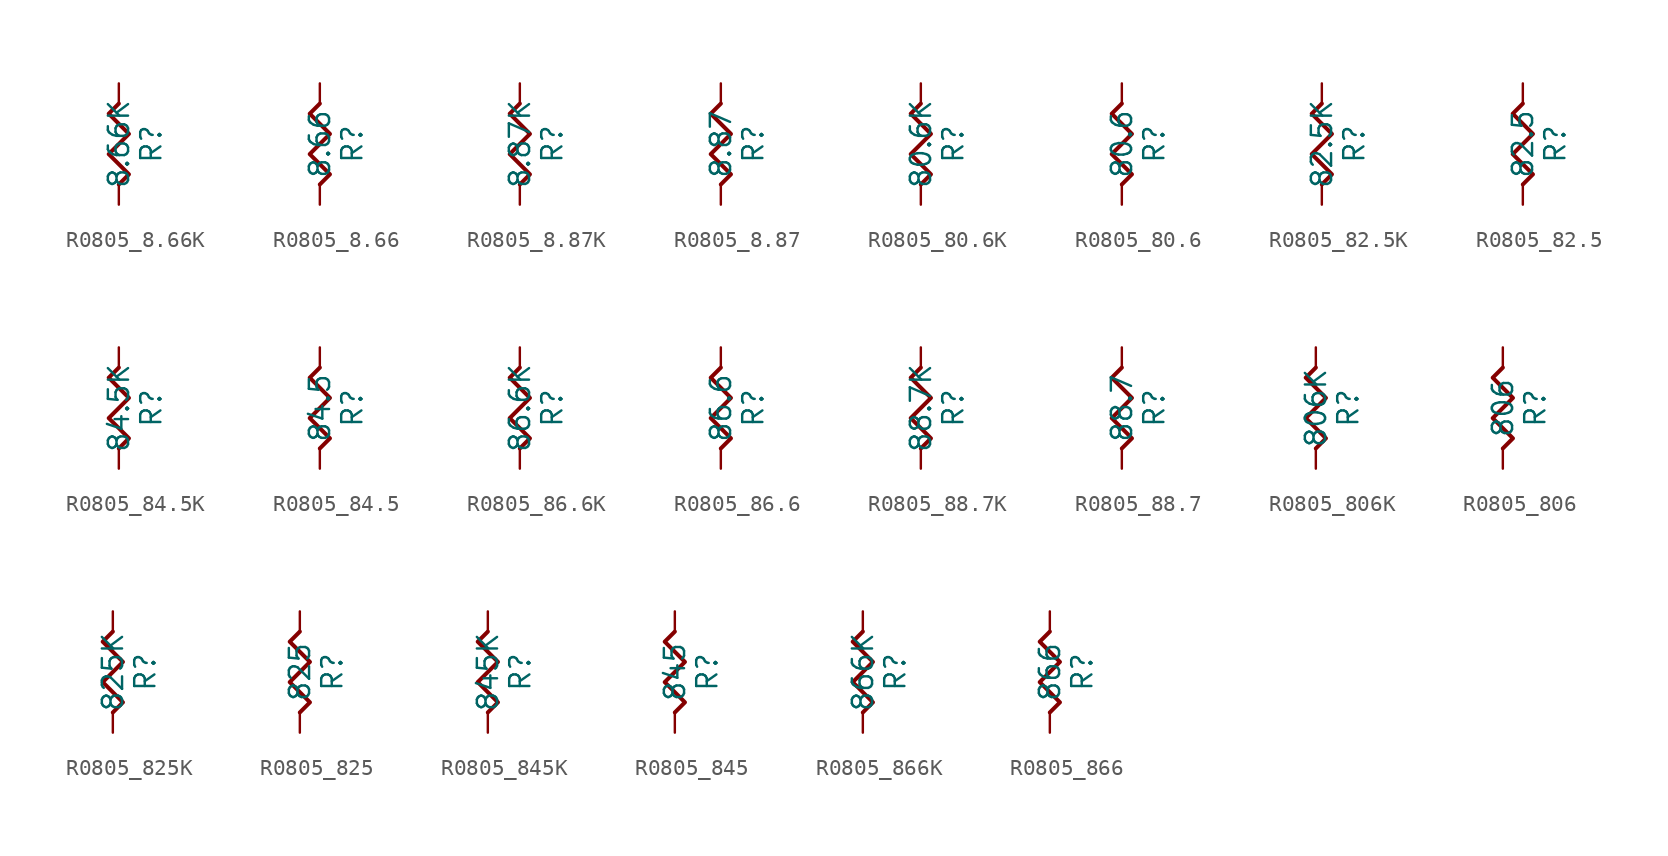
<source format=kicad_sym>
(kicad_symbol_lib
  (version 20211014)
  (generator atlantix-eda)
  (symbol "R0805_8.66K"
    (pin_numbers hide)
    (pin_names
      (offset 0))
    (property "Reference" "R"
      (at 2.032 0 90)
      (effects (font (size 1.27 1.27))))
    (property "Value" "8.66K"
      (at 0 0 90)
      (effects (font (size 1.27 1.27))))
    (symbol "R0805_8.66K_0_1"
      (polyline (pts (xy 0 -2.54) (xy 0.635 -1.905) (xy -0.635 -0.635) (xy 0.635 0.635) (xy -0.635 1.905) (xy 0 2.54)) (stroke (width 0.254) (type default) (color 0 0 0 0)) (fill (type none))))
    (symbol "R0805_8.66K_1_1"
      (pin passive line (at 0 3.81 270) (length 1.27) (name "~" (effects (font (size 1.27 1.27)))) (number "1" (effects (font (size 1.27 1.27)))))
      (pin passive line (at 0 -3.81 90) (length 1.27) (name "~" (effects (font (size 1.27 1.27)))) (number "2" (effects (font (size 1.27 1.27)))))))
  (symbol "R0805_8.66"
    (pin_numbers hide)
    (pin_names
      (offset 0))
    (property "Reference" "R"
      (at 2.032 0 90)
      (effects (font (size 1.27 1.27))))
    (property "Value" "8.66"
      (at 0 0 90)
      (effects (font (size 1.27 1.27))))
    (symbol "R0805_8.66_0_1"
      (polyline (pts (xy 0 -2.54) (xy 0.635 -1.905) (xy -0.635 -0.635) (xy 0.635 0.635) (xy -0.635 1.905) (xy 0 2.54)) (stroke (width 0.254) (type default) (color 0 0 0 0)) (fill (type none))))
    (symbol "R0805_8.66_1_1"
      (pin passive line (at 0 3.81 270) (length 1.27) (name "~" (effects (font (size 1.27 1.27)))) (number "1" (effects (font (size 1.27 1.27)))))
      (pin passive line (at 0 -3.81 90) (length 1.27) (name "~" (effects (font (size 1.27 1.27)))) (number "2" (effects (font (size 1.27 1.27)))))))
  (symbol "R0805_8.87K"
    (pin_numbers hide)
    (pin_names
      (offset 0))
    (property "Reference" "R"
      (at 2.032 0 90)
      (effects (font (size 1.27 1.27))))
    (property "Value" "8.87K"
      (at 0 0 90)
      (effects (font (size 1.27 1.27))))
    (symbol "R0805_8.87K_0_1"
      (polyline (pts (xy 0 -2.54) (xy 0.635 -1.905) (xy -0.635 -0.635) (xy 0.635 0.635) (xy -0.635 1.905) (xy 0 2.54)) (stroke (width 0.254) (type default) (color 0 0 0 0)) (fill (type none))))
    (symbol "R0805_8.87K_1_1"
      (pin passive line (at 0 3.81 270) (length 1.27) (name "~" (effects (font (size 1.27 1.27)))) (number "1" (effects (font (size 1.27 1.27)))))
      (pin passive line (at 0 -3.81 90) (length 1.27) (name "~" (effects (font (size 1.27 1.27)))) (number "2" (effects (font (size 1.27 1.27)))))))
  (symbol "R0805_8.87"
    (pin_numbers hide)
    (pin_names
      (offset 0))
    (property "Reference" "R"
      (at 2.032 0 90)
      (effects (font (size 1.27 1.27))))
    (property "Value" "8.87"
      (at 0 0 90)
      (effects (font (size 1.27 1.27))))
    (symbol "R0805_8.87_0_1"
      (polyline (pts (xy 0 -2.54) (xy 0.635 -1.905) (xy -0.635 -0.635) (xy 0.635 0.635) (xy -0.635 1.905) (xy 0 2.54)) (stroke (width 0.254) (type default) (color 0 0 0 0)) (fill (type none))))
    (symbol "R0805_8.87_1_1"
      (pin passive line (at 0 3.81 270) (length 1.27) (name "~" (effects (font (size 1.27 1.27)))) (number "1" (effects (font (size 1.27 1.27)))))
      (pin passive line (at 0 -3.81 90) (length 1.27) (name "~" (effects (font (size 1.27 1.27)))) (number "2" (effects (font (size 1.27 1.27)))))))
  (symbol "R0805_80.6K"
    (pin_numbers hide)
    (pin_names
      (offset 0))
    (property "Reference" "R"
      (at 2.032 0 90)
      (effects (font (size 1.27 1.27))))
    (property "Value" "80.6K"
      (at 0 0 90)
      (effects (font (size 1.27 1.27))))
    (symbol "R0805_80.6K_0_1"
      (polyline (pts (xy 0 -2.54) (xy 0.635 -1.905) (xy -0.635 -0.635) (xy 0.635 0.635) (xy -0.635 1.905) (xy 0 2.54)) (stroke (width 0.254) (type default) (color 0 0 0 0)) (fill (type none))))
    (symbol "R0805_80.6K_1_1"
      (pin passive line (at 0 3.81 270) (length 1.27) (name "~" (effects (font (size 1.27 1.27)))) (number "1" (effects (font (size 1.27 1.27)))))
      (pin passive line (at 0 -3.81 90) (length 1.27) (name "~" (effects (font (size 1.27 1.27)))) (number "2" (effects (font (size 1.27 1.27)))))))
  (symbol "R0805_80.6"
    (pin_numbers hide)
    (pin_names
      (offset 0))
    (property "Reference" "R"
      (at 2.032 0 90)
      (effects (font (size 1.27 1.27))))
    (property "Value" "80.6"
      (at 0 0 90)
      (effects (font (size 1.27 1.27))))
    (symbol "R0805_80.6_0_1"
      (polyline (pts (xy 0 -2.54) (xy 0.635 -1.905) (xy -0.635 -0.635) (xy 0.635 0.635) (xy -0.635 1.905) (xy 0 2.54)) (stroke (width 0.254) (type default) (color 0 0 0 0)) (fill (type none))))
    (symbol "R0805_80.6_1_1"
      (pin passive line (at 0 3.81 270) (length 1.27) (name "~" (effects (font (size 1.27 1.27)))) (number "1" (effects (font (size 1.27 1.27)))))
      (pin passive line (at 0 -3.81 90) (length 1.27) (name "~" (effects (font (size 1.27 1.27)))) (number "2" (effects (font (size 1.27 1.27)))))))
  (symbol "R0805_82.5K"
    (pin_numbers hide)
    (pin_names
      (offset 0))
    (property "Reference" "R"
      (at 2.032 0 90)
      (effects (font (size 1.27 1.27))))
    (property "Value" "82.5K"
      (at 0 0 90)
      (effects (font (size 1.27 1.27))))
    (symbol "R0805_82.5K_0_1"
      (polyline (pts (xy 0 -2.54) (xy 0.635 -1.905) (xy -0.635 -0.635) (xy 0.635 0.635) (xy -0.635 1.905) (xy 0 2.54)) (stroke (width 0.254) (type default) (color 0 0 0 0)) (fill (type none))))
    (symbol "R0805_82.5K_1_1"
      (pin passive line (at 0 3.81 270) (length 1.27) (name "~" (effects (font (size 1.27 1.27)))) (number "1" (effects (font (size 1.27 1.27)))))
      (pin passive line (at 0 -3.81 90) (length 1.27) (name "~" (effects (font (size 1.27 1.27)))) (number "2" (effects (font (size 1.27 1.27)))))))
  (symbol "R0805_82.5"
    (pin_numbers hide)
    (pin_names
      (offset 0))
    (property "Reference" "R"
      (at 2.032 0 90)
      (effects (font (size 1.27 1.27))))
    (property "Value" "82.5"
      (at 0 0 90)
      (effects (font (size 1.27 1.27))))
    (symbol "R0805_82.5_0_1"
      (polyline (pts (xy 0 -2.54) (xy 0.635 -1.905) (xy -0.635 -0.635) (xy 0.635 0.635) (xy -0.635 1.905) (xy 0 2.54)) (stroke (width 0.254) (type default) (color 0 0 0 0)) (fill (type none))))
    (symbol "R0805_82.5_1_1"
      (pin passive line (at 0 3.81 270) (length 1.27) (name "~" (effects (font (size 1.27 1.27)))) (number "1" (effects (font (size 1.27 1.27)))))
      (pin passive line (at 0 -3.81 90) (length 1.27) (name "~" (effects (font (size 1.27 1.27)))) (number "2" (effects (font (size 1.27 1.27)))))))
  (symbol "R0805_84.5K"
    (pin_numbers hide)
    (pin_names
      (offset 0))
    (property "Reference" "R"
      (at 2.032 0 90)
      (effects (font (size 1.27 1.27))))
    (property "Value" "84.5K"
      (at 0 0 90)
      (effects (font (size 1.27 1.27))))
    (symbol "R0805_84.5K_0_1"
      (polyline (pts (xy 0 -2.54) (xy 0.635 -1.905) (xy -0.635 -0.635) (xy 0.635 0.635) (xy -0.635 1.905) (xy 0 2.54)) (stroke (width 0.254) (type default) (color 0 0 0 0)) (fill (type none))))
    (symbol "R0805_84.5K_1_1"
      (pin passive line (at 0 3.81 270) (length 1.27) (name "~" (effects (font (size 1.27 1.27)))) (number "1" (effects (font (size 1.27 1.27)))))
      (pin passive line (at 0 -3.81 90) (length 1.27) (name "~" (effects (font (size 1.27 1.27)))) (number "2" (effects (font (size 1.27 1.27)))))))
  (symbol "R0805_84.5"
    (pin_numbers hide)
    (pin_names
      (offset 0))
    (property "Reference" "R"
      (at 2.032 0 90)
      (effects (font (size 1.27 1.27))))
    (property "Value" "84.5"
      (at 0 0 90)
      (effects (font (size 1.27 1.27))))
    (symbol "R0805_84.5_0_1"
      (polyline (pts (xy 0 -2.54) (xy 0.635 -1.905) (xy -0.635 -0.635) (xy 0.635 0.635) (xy -0.635 1.905) (xy 0 2.54)) (stroke (width 0.254) (type default) (color 0 0 0 0)) (fill (type none))))
    (symbol "R0805_84.5_1_1"
      (pin passive line (at 0 3.81 270) (length 1.27) (name "~" (effects (font (size 1.27 1.27)))) (number "1" (effects (font (size 1.27 1.27)))))
      (pin passive line (at 0 -3.81 90) (length 1.27) (name "~" (effects (font (size 1.27 1.27)))) (number "2" (effects (font (size 1.27 1.27)))))))
  (symbol "R0805_86.6K"
    (pin_numbers hide)
    (pin_names
      (offset 0))
    (property "Reference" "R"
      (at 2.032 0 90)
      (effects (font (size 1.27 1.27))))
    (property "Value" "86.6K"
      (at 0 0 90)
      (effects (font (size 1.27 1.27))))
    (symbol "R0805_86.6K_0_1"
      (polyline (pts (xy 0 -2.54) (xy 0.635 -1.905) (xy -0.635 -0.635) (xy 0.635 0.635) (xy -0.635 1.905) (xy 0 2.54)) (stroke (width 0.254) (type default) (color 0 0 0 0)) (fill (type none))))
    (symbol "R0805_86.6K_1_1"
      (pin passive line (at 0 3.81 270) (length 1.27) (name "~" (effects (font (size 1.27 1.27)))) (number "1" (effects (font (size 1.27 1.27)))))
      (pin passive line (at 0 -3.81 90) (length 1.27) (name "~" (effects (font (size 1.27 1.27)))) (number "2" (effects (font (size 1.27 1.27)))))))
  (symbol "R0805_86.6"
    (pin_numbers hide)
    (pin_names
      (offset 0))
    (property "Reference" "R"
      (at 2.032 0 90)
      (effects (font (size 1.27 1.27))))
    (property "Value" "86.6"
      (at 0 0 90)
      (effects (font (size 1.27 1.27))))
    (symbol "R0805_86.6_0_1"
      (polyline (pts (xy 0 -2.54) (xy 0.635 -1.905) (xy -0.635 -0.635) (xy 0.635 0.635) (xy -0.635 1.905) (xy 0 2.54)) (stroke (width 0.254) (type default) (color 0 0 0 0)) (fill (type none))))
    (symbol "R0805_86.6_1_1"
      (pin passive line (at 0 3.81 270) (length 1.27) (name "~" (effects (font (size 1.27 1.27)))) (number "1" (effects (font (size 1.27 1.27)))))
      (pin passive line (at 0 -3.81 90) (length 1.27) (name "~" (effects (font (size 1.27 1.27)))) (number "2" (effects (font (size 1.27 1.27)))))))
  (symbol "R0805_88.7K"
    (pin_numbers hide)
    (pin_names
      (offset 0))
    (property "Reference" "R"
      (at 2.032 0 90)
      (effects (font (size 1.27 1.27))))
    (property "Value" "88.7K"
      (at 0 0 90)
      (effects (font (size 1.27 1.27))))
    (symbol "R0805_88.7K_0_1"
      (polyline (pts (xy 0 -2.54) (xy 0.635 -1.905) (xy -0.635 -0.635) (xy 0.635 0.635) (xy -0.635 1.905) (xy 0 2.54)) (stroke (width 0.254) (type default) (color 0 0 0 0)) (fill (type none))))
    (symbol "R0805_88.7K_1_1"
      (pin passive line (at 0 3.81 270) (length 1.27) (name "~" (effects (font (size 1.27 1.27)))) (number "1" (effects (font (size 1.27 1.27)))))
      (pin passive line (at 0 -3.81 90) (length 1.27) (name "~" (effects (font (size 1.27 1.27)))) (number "2" (effects (font (size 1.27 1.27)))))))
  (symbol "R0805_88.7"
    (pin_numbers hide)
    (pin_names
      (offset 0))
    (property "Reference" "R"
      (at 2.032 0 90)
      (effects (font (size 1.27 1.27))))
    (property "Value" "88.7"
      (at 0 0 90)
      (effects (font (size 1.27 1.27))))
    (symbol "R0805_88.7_0_1"
      (polyline (pts (xy 0 -2.54) (xy 0.635 -1.905) (xy -0.635 -0.635) (xy 0.635 0.635) (xy -0.635 1.905) (xy 0 2.54)) (stroke (width 0.254) (type default) (color 0 0 0 0)) (fill (type none))))
    (symbol "R0805_88.7_1_1"
      (pin passive line (at 0 3.81 270) (length 1.27) (name "~" (effects (font (size 1.27 1.27)))) (number "1" (effects (font (size 1.27 1.27)))))
      (pin passive line (at 0 -3.81 90) (length 1.27) (name "~" (effects (font (size 1.27 1.27)))) (number "2" (effects (font (size 1.27 1.27)))))))
  (symbol "R0805_806K"
    (pin_numbers hide)
    (pin_names
      (offset 0))
    (property "Reference" "R"
      (at 2.032 0 90)
      (effects (font (size 1.27 1.27))))
    (property "Value" "806K"
      (at 0 0 90)
      (effects (font (size 1.27 1.27))))
    (symbol "R0805_806K_0_1"
      (polyline (pts (xy 0 -2.54) (xy 0.635 -1.905) (xy -0.635 -0.635) (xy 0.635 0.635) (xy -0.635 1.905) (xy 0 2.54)) (stroke (width 0.254) (type default) (color 0 0 0 0)) (fill (type none))))
    (symbol "R0805_806K_1_1"
      (pin passive line (at 0 3.81 270) (length 1.27) (name "~" (effects (font (size 1.27 1.27)))) (number "1" (effects (font (size 1.27 1.27)))))
      (pin passive line (at 0 -3.81 90) (length 1.27) (name "~" (effects (font (size 1.27 1.27)))) (number "2" (effects (font (size 1.27 1.27)))))))
  (symbol "R0805_806"
    (pin_numbers hide)
    (pin_names
      (offset 0))
    (property "Reference" "R"
      (at 2.032 0 90)
      (effects (font (size 1.27 1.27))))
    (property "Value" "806"
      (at 0 0 90)
      (effects (font (size 1.27 1.27))))
    (symbol "R0805_806_0_1"
      (polyline (pts (xy 0 -2.54) (xy 0.635 -1.905) (xy -0.635 -0.635) (xy 0.635 0.635) (xy -0.635 1.905) (xy 0 2.54)) (stroke (width 0.254) (type default) (color 0 0 0 0)) (fill (type none))))
    (symbol "R0805_806_1_1"
      (pin passive line (at 0 3.81 270) (length 1.27) (name "~" (effects (font (size 1.27 1.27)))) (number "1" (effects (font (size 1.27 1.27)))))
      (pin passive line (at 0 -3.81 90) (length 1.27) (name "~" (effects (font (size 1.27 1.27)))) (number "2" (effects (font (size 1.27 1.27)))))))
  (symbol "R0805_825K"
    (pin_numbers hide)
    (pin_names
      (offset 0))
    (property "Reference" "R"
      (at 2.032 0 90)
      (effects (font (size 1.27 1.27))))
    (property "Value" "825K"
      (at 0 0 90)
      (effects (font (size 1.27 1.27))))
    (symbol "R0805_825K_0_1"
      (polyline (pts (xy 0 -2.54) (xy 0.635 -1.905) (xy -0.635 -0.635) (xy 0.635 0.635) (xy -0.635 1.905) (xy 0 2.54)) (stroke (width 0.254) (type default) (color 0 0 0 0)) (fill (type none))))
    (symbol "R0805_825K_1_1"
      (pin passive line (at 0 3.81 270) (length 1.27) (name "~" (effects (font (size 1.27 1.27)))) (number "1" (effects (font (size 1.27 1.27)))))
      (pin passive line (at 0 -3.81 90) (length 1.27) (name "~" (effects (font (size 1.27 1.27)))) (number "2" (effects (font (size 1.27 1.27)))))))
  (symbol "R0805_825"
    (pin_numbers hide)
    (pin_names
      (offset 0))
    (property "Reference" "R"
      (at 2.032 0 90)
      (effects (font (size 1.27 1.27))))
    (property "Value" "825"
      (at 0 0 90)
      (effects (font (size 1.27 1.27))))
    (symbol "R0805_825_0_1"
      (polyline (pts (xy 0 -2.54) (xy 0.635 -1.905) (xy -0.635 -0.635) (xy 0.635 0.635) (xy -0.635 1.905) (xy 0 2.54)) (stroke (width 0.254) (type default) (color 0 0 0 0)) (fill (type none))))
    (symbol "R0805_825_1_1"
      (pin passive line (at 0 3.81 270) (length 1.27) (name "~" (effects (font (size 1.27 1.27)))) (number "1" (effects (font (size 1.27 1.27)))))
      (pin passive line (at 0 -3.81 90) (length 1.27) (name "~" (effects (font (size 1.27 1.27)))) (number "2" (effects (font (size 1.27 1.27)))))))
  (symbol "R0805_845K"
    (pin_numbers hide)
    (pin_names
      (offset 0))
    (property "Reference" "R"
      (at 2.032 0 90)
      (effects (font (size 1.27 1.27))))
    (property "Value" "845K"
      (at 0 0 90)
      (effects (font (size 1.27 1.27))))
    (symbol "R0805_845K_0_1"
      (polyline (pts (xy 0 -2.54) (xy 0.635 -1.905) (xy -0.635 -0.635) (xy 0.635 0.635) (xy -0.635 1.905) (xy 0 2.54)) (stroke (width 0.254) (type default) (color 0 0 0 0)) (fill (type none))))
    (symbol "R0805_845K_1_1"
      (pin passive line (at 0 3.81 270) (length 1.27) (name "~" (effects (font (size 1.27 1.27)))) (number "1" (effects (font (size 1.27 1.27)))))
      (pin passive line (at 0 -3.81 90) (length 1.27) (name "~" (effects (font (size 1.27 1.27)))) (number "2" (effects (font (size 1.27 1.27)))))))
  (symbol "R0805_845"
    (pin_numbers hide)
    (pin_names
      (offset 0))
    (property "Reference" "R"
      (at 2.032 0 90)
      (effects (font (size 1.27 1.27))))
    (property "Value" "845"
      (at 0 0 90)
      (effects (font (size 1.27 1.27))))
    (symbol "R0805_845_0_1"
      (polyline (pts (xy 0 -2.54) (xy 0.635 -1.905) (xy -0.635 -0.635) (xy 0.635 0.635) (xy -0.635 1.905) (xy 0 2.54)) (stroke (width 0.254) (type default) (color 0 0 0 0)) (fill (type none))))
    (symbol "R0805_845_1_1"
      (pin passive line (at 0 3.81 270) (length 1.27) (name "~" (effects (font (size 1.27 1.27)))) (number "1" (effects (font (size 1.27 1.27)))))
      (pin passive line (at 0 -3.81 90) (length 1.27) (name "~" (effects (font (size 1.27 1.27)))) (number "2" (effects (font (size 1.27 1.27)))))))
  (symbol "R0805_866K"
    (pin_numbers hide)
    (pin_names
      (offset 0))
    (property "Reference" "R"
      (at 2.032 0 90)
      (effects (font (size 1.27 1.27))))
    (property "Value" "866K"
      (at 0 0 90)
      (effects (font (size 1.27 1.27))))
    (symbol "R0805_866K_0_1"
      (polyline (pts (xy 0 -2.54) (xy 0.635 -1.905) (xy -0.635 -0.635) (xy 0.635 0.635) (xy -0.635 1.905) (xy 0 2.54)) (stroke (width 0.254) (type default) (color 0 0 0 0)) (fill (type none))))
    (symbol "R0805_866K_1_1"
      (pin passive line (at 0 3.81 270) (length 1.27) (name "~" (effects (font (size 1.27 1.27)))) (number "1" (effects (font (size 1.27 1.27)))))
      (pin passive line (at 0 -3.81 90) (length 1.27) (name "~" (effects (font (size 1.27 1.27)))) (number "2" (effects (font (size 1.27 1.27)))))))
  (symbol "R0805_866"
    (pin_numbers hide)
    (pin_names
      (offset 0))
    (property "Reference" "R"
      (at 2.032 0 90)
      (effects (font (size 1.27 1.27))))
    (property "Value" "866"
      (at 0 0 90)
      (effects (font (size 1.27 1.27))))
    (symbol "R0805_866_0_1"
      (polyline (pts (xy 0 -2.54) (xy 0.635 -1.905) (xy -0.635 -0.635) (xy 0.635 0.635) (xy -0.635 1.905) (xy 0 2.54)) (stroke (width 0.254) (type default) (color 0 0 0 0)) (fill (type none))))
    (symbol "R0805_866_1_1"
      (pin passive line (at 0 3.81 270) (length 1.27) (name "~" (effects (font (size 1.27 1.27)))) (number "1" (effects (font (size 1.27 1.27)))))
      (pin passive line (at 0 -3.81 90) (length 1.27) (name "~" (effects (font (size 1.27 1.27)))) (number "2" (effects (font (size 1.27 1.27))))))))
</source>
